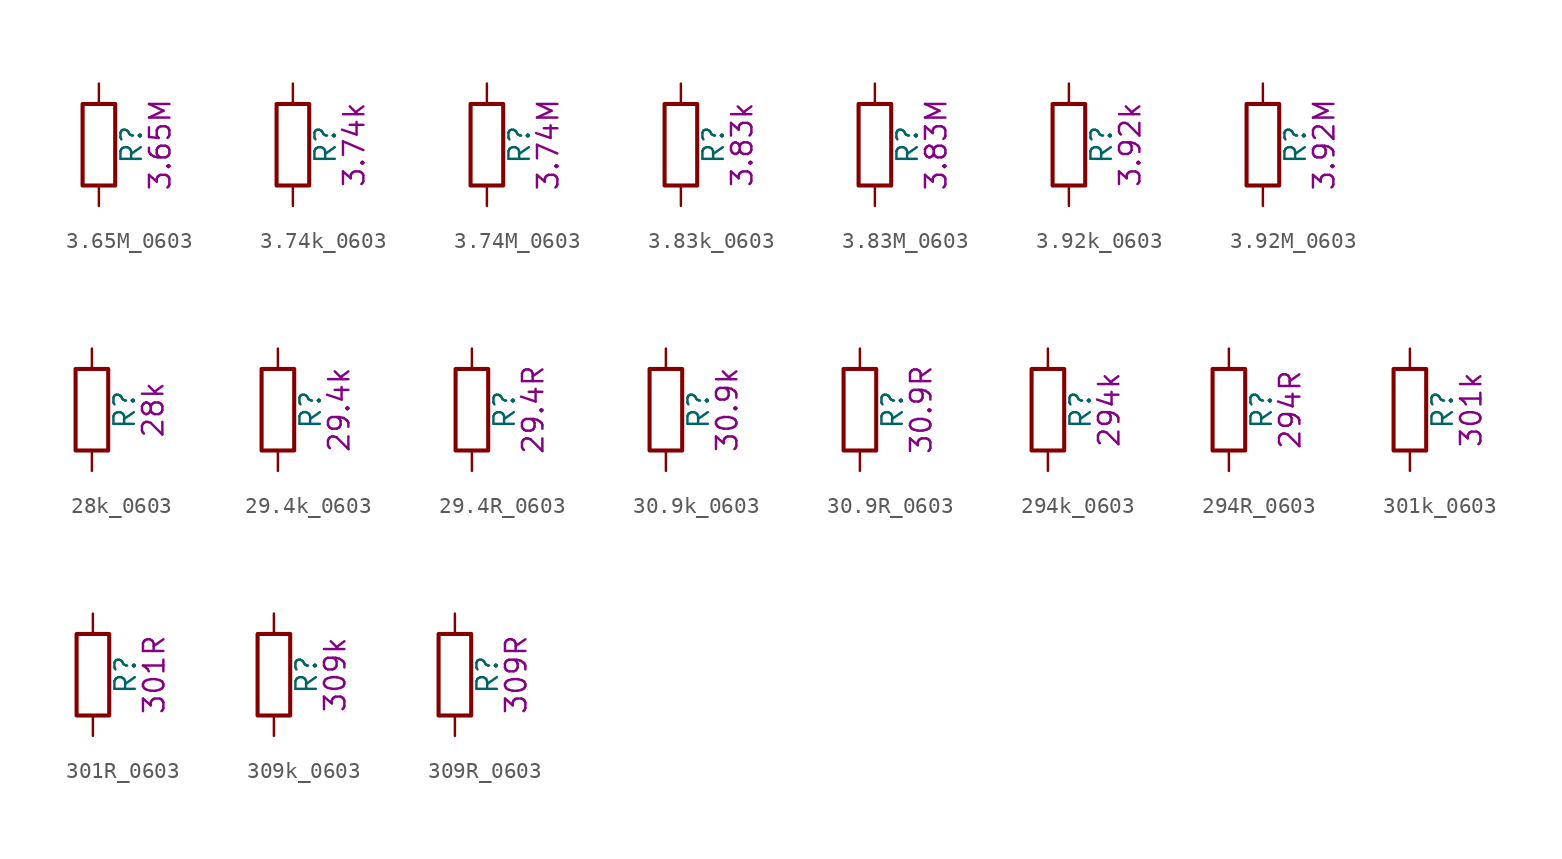
<source format=kicad_sym>
(kicad_symbol_lib
  (version 20211014)
  (generator kicad_symbol_editor)
  (symbol "3.65M_0603"
    (pin_numbers hide)
    (pin_names
      (offset 0))
    (property "Reference" "R"
      (at 2.032 0 90)
      (effects (font (size 1.27 1.27))))
    (property "Display" "3.65M"
      (at 3.81 0 90)
      (effects (font (size 1.27 1.27))))
    (symbol "3.65M_0603_0_1"
      (rectangle (start -1.016 -2.54) (end 1.016 2.54) (stroke (width 0.254) (type default) (color 0 0 0 0)) (fill (type none))))
    (symbol "3.65M_0603_1_1"
      (pin passive line (at 0 3.81 270) (length 1.27) (name "~" (effects (font (size 1.27 1.27)))) (number "1" (effects (font (size 1.27 1.27)))))
      (pin passive line (at 0 -3.81 90) (length 1.27) (name "~" (effects (font (size 1.27 1.27)))) (number "2" (effects (font (size 1.27 1.27)))))))
  (symbol "3.74k_0603"
    (pin_numbers hide)
    (pin_names
      (offset 0))
    (property "Reference" "R"
      (at 2.032 0 90)
      (effects (font (size 1.27 1.27))))
    (property "Display" "3.74k"
      (at 3.81 0 90)
      (effects (font (size 1.27 1.27))))
    (symbol "3.74k_0603_0_1"
      (rectangle (start -1.016 -2.54) (end 1.016 2.54) (stroke (width 0.254) (type default) (color 0 0 0 0)) (fill (type none))))
    (symbol "3.74k_0603_1_1"
      (pin passive line (at 0 3.81 270) (length 1.27) (name "~" (effects (font (size 1.27 1.27)))) (number "1" (effects (font (size 1.27 1.27)))))
      (pin passive line (at 0 -3.81 90) (length 1.27) (name "~" (effects (font (size 1.27 1.27)))) (number "2" (effects (font (size 1.27 1.27)))))))
  (symbol "3.74M_0603"
    (pin_numbers hide)
    (pin_names
      (offset 0))
    (property "Reference" "R"
      (at 2.032 0 90)
      (effects (font (size 1.27 1.27))))
    (property "Display" "3.74M"
      (at 3.81 0 90)
      (effects (font (size 1.27 1.27))))
    (symbol "3.74M_0603_0_1"
      (rectangle (start -1.016 -2.54) (end 1.016 2.54) (stroke (width 0.254) (type default) (color 0 0 0 0)) (fill (type none))))
    (symbol "3.74M_0603_1_1"
      (pin passive line (at 0 3.81 270) (length 1.27) (name "~" (effects (font (size 1.27 1.27)))) (number "1" (effects (font (size 1.27 1.27)))))
      (pin passive line (at 0 -3.81 90) (length 1.27) (name "~" (effects (font (size 1.27 1.27)))) (number "2" (effects (font (size 1.27 1.27)))))))
  (symbol "3.83k_0603"
    (pin_numbers hide)
    (pin_names
      (offset 0))
    (property "Reference" "R"
      (at 2.032 0 90)
      (effects (font (size 1.27 1.27))))
    (property "Display" "3.83k"
      (at 3.81 0 90)
      (effects (font (size 1.27 1.27))))
    (symbol "3.83k_0603_0_1"
      (rectangle (start -1.016 -2.54) (end 1.016 2.54) (stroke (width 0.254) (type default) (color 0 0 0 0)) (fill (type none))))
    (symbol "3.83k_0603_1_1"
      (pin passive line (at 0 3.81 270) (length 1.27) (name "~" (effects (font (size 1.27 1.27)))) (number "1" (effects (font (size 1.27 1.27)))))
      (pin passive line (at 0 -3.81 90) (length 1.27) (name "~" (effects (font (size 1.27 1.27)))) (number "2" (effects (font (size 1.27 1.27)))))))
  (symbol "3.83M_0603"
    (pin_numbers hide)
    (pin_names
      (offset 0))
    (property "Reference" "R"
      (at 2.032 0 90)
      (effects (font (size 1.27 1.27))))
    (property "Display" "3.83M"
      (at 3.81 0 90)
      (effects (font (size 1.27 1.27))))
    (symbol "3.83M_0603_0_1"
      (rectangle (start -1.016 -2.54) (end 1.016 2.54) (stroke (width 0.254) (type default) (color 0 0 0 0)) (fill (type none))))
    (symbol "3.83M_0603_1_1"
      (pin passive line (at 0 3.81 270) (length 1.27) (name "~" (effects (font (size 1.27 1.27)))) (number "1" (effects (font (size 1.27 1.27)))))
      (pin passive line (at 0 -3.81 90) (length 1.27) (name "~" (effects (font (size 1.27 1.27)))) (number "2" (effects (font (size 1.27 1.27)))))))
  (symbol "3.92k_0603"
    (pin_numbers hide)
    (pin_names
      (offset 0))
    (property "Reference" "R"
      (at 2.032 0 90)
      (effects (font (size 1.27 1.27))))
    (property "Display" "3.92k"
      (at 3.81 0 90)
      (effects (font (size 1.27 1.27))))
    (symbol "3.92k_0603_0_1"
      (rectangle (start -1.016 -2.54) (end 1.016 2.54) (stroke (width 0.254) (type default) (color 0 0 0 0)) (fill (type none))))
    (symbol "3.92k_0603_1_1"
      (pin passive line (at 0 3.81 270) (length 1.27) (name "~" (effects (font (size 1.27 1.27)))) (number "1" (effects (font (size 1.27 1.27)))))
      (pin passive line (at 0 -3.81 90) (length 1.27) (name "~" (effects (font (size 1.27 1.27)))) (number "2" (effects (font (size 1.27 1.27)))))))
  (symbol "3.92M_0603"
    (pin_numbers hide)
    (pin_names
      (offset 0))
    (property "Reference" "R"
      (at 2.032 0 90)
      (effects (font (size 1.27 1.27))))
    (property "Display" "3.92M"
      (at 3.81 0 90)
      (effects (font (size 1.27 1.27))))
    (symbol "3.92M_0603_0_1"
      (rectangle (start -1.016 -2.54) (end 1.016 2.54) (stroke (width 0.254) (type default) (color 0 0 0 0)) (fill (type none))))
    (symbol "3.92M_0603_1_1"
      (pin passive line (at 0 3.81 270) (length 1.27) (name "~" (effects (font (size 1.27 1.27)))) (number "1" (effects (font (size 1.27 1.27)))))
      (pin passive line (at 0 -3.81 90) (length 1.27) (name "~" (effects (font (size 1.27 1.27)))) (number "2" (effects (font (size 1.27 1.27)))))))
  (symbol "28k_0603"
    (pin_numbers hide)
    (pin_names
      (offset 0))
    (property "Reference" "R"
      (at 2.032 0 90)
      (effects (font (size 1.27 1.27))))
    (property "Display" "28k"
      (at 3.81 0 90)
      (effects (font (size 1.27 1.27))))
    (symbol "28k_0603_0_1"
      (rectangle (start -1.016 -2.54) (end 1.016 2.54) (stroke (width 0.254) (type default) (color 0 0 0 0)) (fill (type none))))
    (symbol "28k_0603_1_1"
      (pin passive line (at 0 3.81 270) (length 1.27) (name "~" (effects (font (size 1.27 1.27)))) (number "1" (effects (font (size 1.27 1.27)))))
      (pin passive line (at 0 -3.81 90) (length 1.27) (name "~" (effects (font (size 1.27 1.27)))) (number "2" (effects (font (size 1.27 1.27)))))))
  (symbol "29.4k_0603"
    (pin_numbers hide)
    (pin_names
      (offset 0))
    (property "Reference" "R"
      (at 2.032 0 90)
      (effects (font (size 1.27 1.27))))
    (property "Display" "29.4k"
      (at 3.81 0 90)
      (effects (font (size 1.27 1.27))))
    (symbol "29.4k_0603_0_1"
      (rectangle (start -1.016 -2.54) (end 1.016 2.54) (stroke (width 0.254) (type default) (color 0 0 0 0)) (fill (type none))))
    (symbol "29.4k_0603_1_1"
      (pin passive line (at 0 3.81 270) (length 1.27) (name "~" (effects (font (size 1.27 1.27)))) (number "1" (effects (font (size 1.27 1.27)))))
      (pin passive line (at 0 -3.81 90) (length 1.27) (name "~" (effects (font (size 1.27 1.27)))) (number "2" (effects (font (size 1.27 1.27)))))))
  (symbol "29.4R_0603"
    (pin_numbers hide)
    (pin_names
      (offset 0))
    (property "Reference" "R"
      (at 2.032 0 90)
      (effects (font (size 1.27 1.27))))
    (property "Display" "29.4R"
      (at 3.81 0 90)
      (effects (font (size 1.27 1.27))))
    (symbol "29.4R_0603_0_1"
      (rectangle (start -1.016 -2.54) (end 1.016 2.54) (stroke (width 0.254) (type default) (color 0 0 0 0)) (fill (type none))))
    (symbol "29.4R_0603_1_1"
      (pin passive line (at 0 3.81 270) (length 1.27) (name "~" (effects (font (size 1.27 1.27)))) (number "1" (effects (font (size 1.27 1.27)))))
      (pin passive line (at 0 -3.81 90) (length 1.27) (name "~" (effects (font (size 1.27 1.27)))) (number "2" (effects (font (size 1.27 1.27)))))))
  (symbol "30.9k_0603"
    (pin_numbers hide)
    (pin_names
      (offset 0))
    (property "Reference" "R"
      (at 2.032 0 90)
      (effects (font (size 1.27 1.27))))
    (property "Display" "30.9k"
      (at 3.81 0 90)
      (effects (font (size 1.27 1.27))))
    (symbol "30.9k_0603_0_1"
      (rectangle (start -1.016 -2.54) (end 1.016 2.54) (stroke (width 0.254) (type default) (color 0 0 0 0)) (fill (type none))))
    (symbol "30.9k_0603_1_1"
      (pin passive line (at 0 3.81 270) (length 1.27) (name "~" (effects (font (size 1.27 1.27)))) (number "1" (effects (font (size 1.27 1.27)))))
      (pin passive line (at 0 -3.81 90) (length 1.27) (name "~" (effects (font (size 1.27 1.27)))) (number "2" (effects (font (size 1.27 1.27)))))))
  (symbol "30.9R_0603"
    (pin_numbers hide)
    (pin_names
      (offset 0))
    (property "Reference" "R"
      (at 2.032 0 90)
      (effects (font (size 1.27 1.27))))
    (property "Display" "30.9R"
      (at 3.81 0 90)
      (effects (font (size 1.27 1.27))))
    (symbol "30.9R_0603_0_1"
      (rectangle (start -1.016 -2.54) (end 1.016 2.54) (stroke (width 0.254) (type default) (color 0 0 0 0)) (fill (type none))))
    (symbol "30.9R_0603_1_1"
      (pin passive line (at 0 3.81 270) (length 1.27) (name "~" (effects (font (size 1.27 1.27)))) (number "1" (effects (font (size 1.27 1.27)))))
      (pin passive line (at 0 -3.81 90) (length 1.27) (name "~" (effects (font (size 1.27 1.27)))) (number "2" (effects (font (size 1.27 1.27)))))))
  (symbol "294k_0603"
    (pin_numbers hide)
    (pin_names
      (offset 0))
    (property "Reference" "R"
      (at 2.032 0 90)
      (effects (font (size 1.27 1.27))))
    (property "Display" "294k"
      (at 3.81 0 90)
      (effects (font (size 1.27 1.27))))
    (symbol "294k_0603_0_1"
      (rectangle (start -1.016 -2.54) (end 1.016 2.54) (stroke (width 0.254) (type default) (color 0 0 0 0)) (fill (type none))))
    (symbol "294k_0603_1_1"
      (pin passive line (at 0 3.81 270) (length 1.27) (name "~" (effects (font (size 1.27 1.27)))) (number "1" (effects (font (size 1.27 1.27)))))
      (pin passive line (at 0 -3.81 90) (length 1.27) (name "~" (effects (font (size 1.27 1.27)))) (number "2" (effects (font (size 1.27 1.27)))))))
  (symbol "294R_0603"
    (pin_numbers hide)
    (pin_names
      (offset 0))
    (property "Reference" "R"
      (at 2.032 0 90)
      (effects (font (size 1.27 1.27))))
    (property "Display" "294R"
      (at 3.81 0 90)
      (effects (font (size 1.27 1.27))))
    (symbol "294R_0603_0_1"
      (rectangle (start -1.016 -2.54) (end 1.016 2.54) (stroke (width 0.254) (type default) (color 0 0 0 0)) (fill (type none))))
    (symbol "294R_0603_1_1"
      (pin passive line (at 0 3.81 270) (length 1.27) (name "~" (effects (font (size 1.27 1.27)))) (number "1" (effects (font (size 1.27 1.27)))))
      (pin passive line (at 0 -3.81 90) (length 1.27) (name "~" (effects (font (size 1.27 1.27)))) (number "2" (effects (font (size 1.27 1.27)))))))
  (symbol "301k_0603"
    (pin_numbers hide)
    (pin_names
      (offset 0))
    (property "Reference" "R"
      (at 2.032 0 90)
      (effects (font (size 1.27 1.27))))
    (property "Display" "301k"
      (at 3.81 0 90)
      (effects (font (size 1.27 1.27))))
    (symbol "301k_0603_0_1"
      (rectangle (start -1.016 -2.54) (end 1.016 2.54) (stroke (width 0.254) (type default) (color 0 0 0 0)) (fill (type none))))
    (symbol "301k_0603_1_1"
      (pin passive line (at 0 3.81 270) (length 1.27) (name "~" (effects (font (size 1.27 1.27)))) (number "1" (effects (font (size 1.27 1.27)))))
      (pin passive line (at 0 -3.81 90) (length 1.27) (name "~" (effects (font (size 1.27 1.27)))) (number "2" (effects (font (size 1.27 1.27)))))))
  (symbol "301R_0603"
    (pin_numbers hide)
    (pin_names
      (offset 0))
    (property "Reference" "R"
      (at 2.032 0 90)
      (effects (font (size 1.27 1.27))))
    (property "Display" "301R"
      (at 3.81 0 90)
      (effects (font (size 1.27 1.27))))
    (symbol "301R_0603_0_1"
      (rectangle (start -1.016 -2.54) (end 1.016 2.54) (stroke (width 0.254) (type default) (color 0 0 0 0)) (fill (type none))))
    (symbol "301R_0603_1_1"
      (pin passive line (at 0 3.81 270) (length 1.27) (name "~" (effects (font (size 1.27 1.27)))) (number "1" (effects (font (size 1.27 1.27)))))
      (pin passive line (at 0 -3.81 90) (length 1.27) (name "~" (effects (font (size 1.27 1.27)))) (number "2" (effects (font (size 1.27 1.27)))))))
  (symbol "309k_0603"
    (pin_numbers hide)
    (pin_names
      (offset 0))
    (property "Reference" "R"
      (at 2.032 0 90)
      (effects (font (size 1.27 1.27))))
    (property "Display" "309k"
      (at 3.81 0 90)
      (effects (font (size 1.27 1.27))))
    (symbol "309k_0603_0_1"
      (rectangle (start -1.016 -2.54) (end 1.016 2.54) (stroke (width 0.254) (type default) (color 0 0 0 0)) (fill (type none))))
    (symbol "309k_0603_1_1"
      (pin passive line (at 0 3.81 270) (length 1.27) (name "~" (effects (font (size 1.27 1.27)))) (number "1" (effects (font (size 1.27 1.27)))))
      (pin passive line (at 0 -3.81 90) (length 1.27) (name "~" (effects (font (size 1.27 1.27)))) (number "2" (effects (font (size 1.27 1.27)))))))
  (symbol "309R_0603"
    (pin_numbers hide)
    (pin_names
      (offset 0))
    (property "Reference" "R"
      (at 2.032 0 90)
      (effects (font (size 1.27 1.27))))
    (property "Display" "309R"
      (at 3.81 0 90)
      (effects (font (size 1.27 1.27))))
    (symbol "309R_0603_0_1"
      (rectangle (start -1.016 -2.54) (end 1.016 2.54) (stroke (width 0.254) (type default) (color 0 0 0 0)) (fill (type none))))
    (symbol "309R_0603_1_1"
      (pin passive line (at 0 3.81 270) (length 1.27) (name "~" (effects (font (size 1.27 1.27)))) (number "1" (effects (font (size 1.27 1.27)))))
      (pin passive line (at 0 -3.81 90) (length 1.27) (name "~" (effects (font (size 1.27 1.27)))) (number "2" (effects (font (size 1.27 1.27))))))))
</source>
